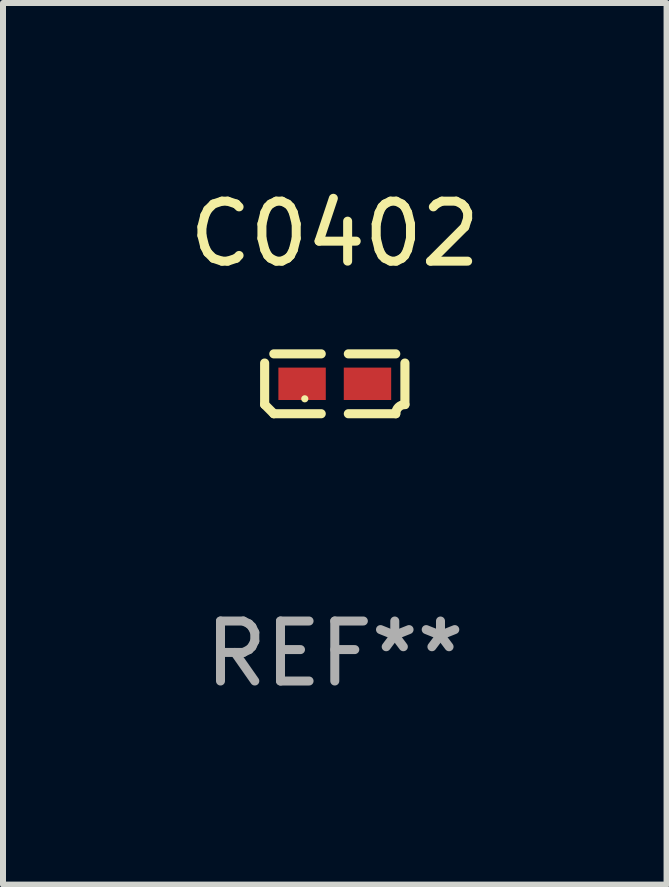
<source format=kicad_pcb>
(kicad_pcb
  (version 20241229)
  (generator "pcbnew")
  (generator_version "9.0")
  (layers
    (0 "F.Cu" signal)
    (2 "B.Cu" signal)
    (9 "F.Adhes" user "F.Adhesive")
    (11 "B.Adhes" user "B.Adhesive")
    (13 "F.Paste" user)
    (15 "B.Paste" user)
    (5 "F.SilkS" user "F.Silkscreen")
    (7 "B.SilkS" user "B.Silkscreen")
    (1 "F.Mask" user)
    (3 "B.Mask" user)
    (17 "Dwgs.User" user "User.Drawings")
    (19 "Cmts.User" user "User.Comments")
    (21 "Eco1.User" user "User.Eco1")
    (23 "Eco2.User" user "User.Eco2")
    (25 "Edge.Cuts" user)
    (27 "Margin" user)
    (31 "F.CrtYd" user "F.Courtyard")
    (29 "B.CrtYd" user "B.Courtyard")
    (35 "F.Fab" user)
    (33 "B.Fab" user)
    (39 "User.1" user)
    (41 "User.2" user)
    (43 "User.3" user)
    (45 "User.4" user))
  (footprint "C0402"
    (layer "F.Cu")
    (at 2.53 3.347)
    (property "Reference" "C0402" (at 0 -2.499 0) (layer "F.SilkS") (effects (font (size 1 1) (thickness 0.15))))
    (attr through_hole)
    (fp_line (start -1.169 0.346) (end -1.169 -0.346) (stroke (width 0.152) (type solid)) (layer "F.SilkS"))
    (fp_line (start -1.016 -0.499) (end -0.226 -0.499) (stroke (width 0.152) (type solid)) (layer "F.SilkS"))
    (fp_line (start -0.226 0.499) (end -1.016 0.499) (stroke (width 0.152) (type solid)) (layer "F.SilkS"))
    (fp_line (start 0.226 0.499) (end 1.016 0.499) (stroke (width 0.152) (type solid)) (layer "F.SilkS"))
    (fp_line (start 1.016 -0.499) (end 0.226 -0.499) (stroke (width 0.152) (type solid)) (layer "F.SilkS"))
    (fp_line (start 1.169 0.346) (end 1.169 -0.346) (stroke (width 0.152) (type solid)) (layer "F.SilkS"))
    (fp_arc (start -1.016307 0.498603) (mid -1.092512 0.422405) (end -1.16871 0.3462) (stroke (width 0.1524) (type solid)) (layer "F.SilkS"))
    (fp_arc (start 1.016307 0.498603) (mid 1.060899 0.390758) (end 1.168707 0.346076) (stroke (width 0.1524) (type solid)) (layer "F.SilkS"))
    (fp_circle (center -0.5 0.25) (end -0.47 0.25) (stroke (width 0.06) (type solid)) (fill no) (layer "F.SilkS"))
    (fp_text user "REF**" (at 0 4.499 0) (layer "F.Fab") (effects (font (size 1 1) (thickness 0.15))))
    (pad "1" smd rect (at -0.545 0) (size 0.79 0.54) (layers "F.Cu" "F.Mask" "F.Paste"))
    (pad "2" smd rect (at 0.545 0) (size 0.79 0.54) (layers "F.Cu" "F.Mask" "F.Paste")))
  (gr_rect
    (start -3 -3)
    (end 8.06 11.694)
    (stroke (width 0.1) (type default))
    (fill no)
    (layer "Edge.Cuts")))
</source>
